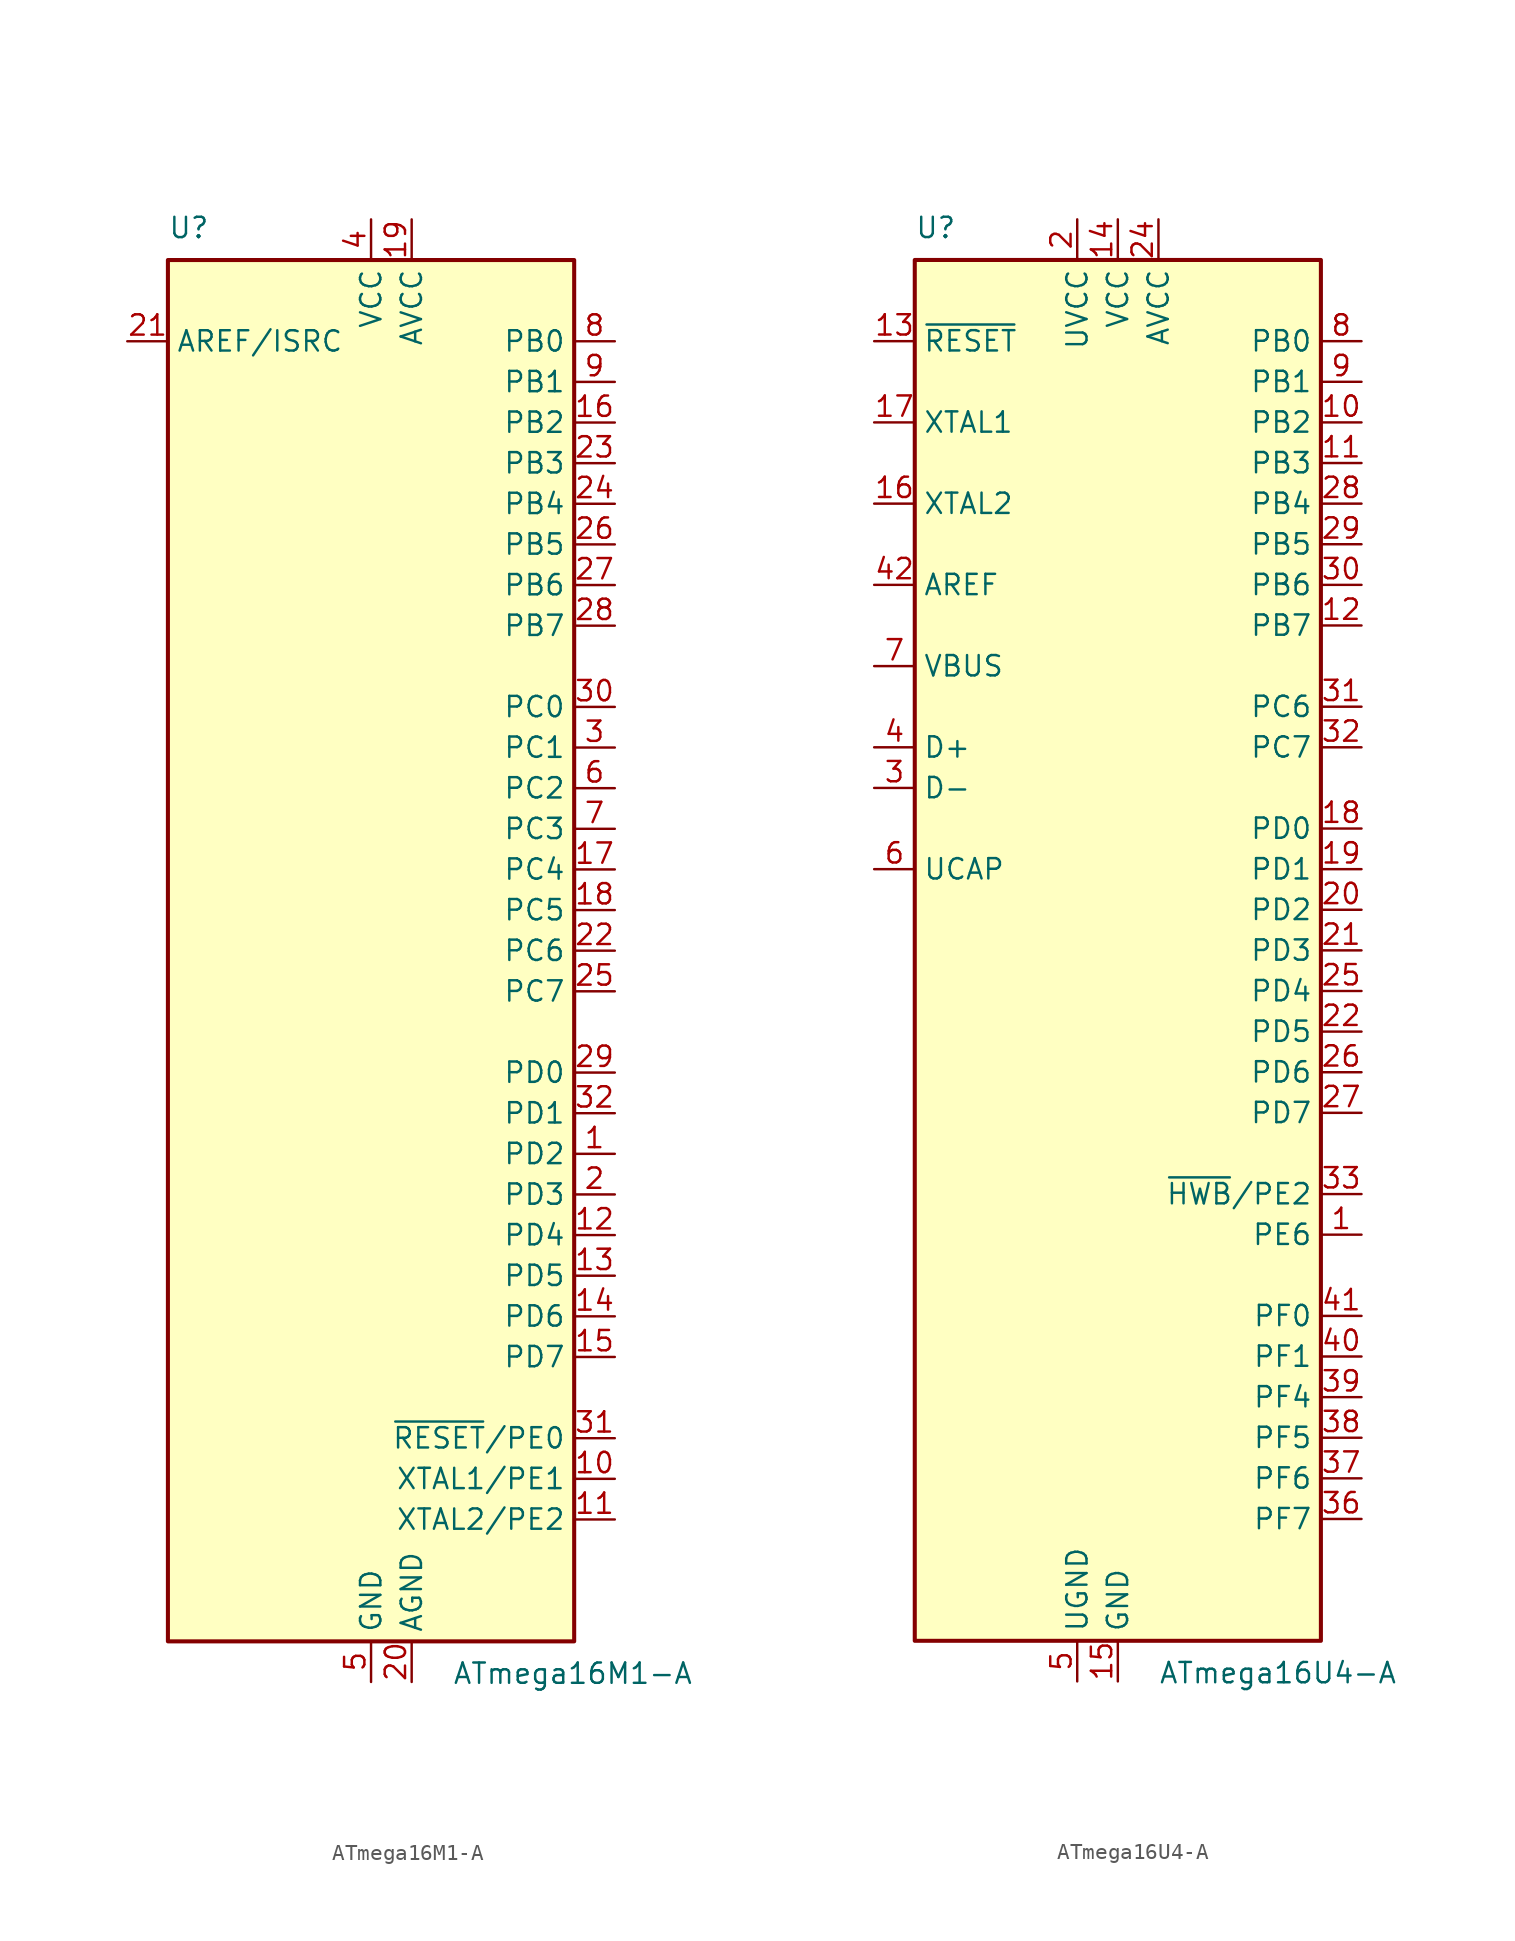
<source format=kicad_sym>
(kicad_symbol_lib
  (version 20201005)
  (generator kicad_symbol_editor)
  (symbol "ATmega16M1-A"
    (property "Reference" "U"
      (at -12.7 44.45 0)
      (effects (font (size 1.27 1.27)) (justify left bottom)))
    (property "Value" "ATmega16M1-A"
      (at 5.08 -44.45 0)
      (effects (font (size 1.27 1.27)) (justify left top)))
    (symbol "ATmega16M1-A_0_1"
      (rectangle (start -12.7 -43.18) (end 12.7 43.18) (stroke (width 0.254)) (fill (type background))))
    (symbol "ATmega16M1-A_1_1"
      (pin bidirectional line (at 15.24 -12.7 180) (length 2.54) (name "PD2" (effects (font (size 1.27 1.27)))) (number "1" (effects (font (size 1.27 1.27)))))
      (pin bidirectional line (at 15.24 -33.02 180) (length 2.54) (name "XTAL1/PE1" (effects (font (size 1.27 1.27)))) (number "10" (effects (font (size 1.27 1.27)))))
      (pin bidirectional line (at 15.24 -35.56 180) (length 2.54) (name "XTAL2/PE2" (effects (font (size 1.27 1.27)))) (number "11" (effects (font (size 1.27 1.27)))))
      (pin bidirectional line (at 15.24 -17.78 180) (length 2.54) (name "PD4" (effects (font (size 1.27 1.27)))) (number "12" (effects (font (size 1.27 1.27)))))
      (pin bidirectional line (at 15.24 -20.32 180) (length 2.54) (name "PD5" (effects (font (size 1.27 1.27)))) (number "13" (effects (font (size 1.27 1.27)))))
      (pin bidirectional line (at 15.24 -22.86 180) (length 2.54) (name "PD6" (effects (font (size 1.27 1.27)))) (number "14" (effects (font (size 1.27 1.27)))))
      (pin bidirectional line (at 15.24 -25.4 180) (length 2.54) (name "PD7" (effects (font (size 1.27 1.27)))) (number "15" (effects (font (size 1.27 1.27)))))
      (pin bidirectional line (at 15.24 33.02 180) (length 2.54) (name "PB2" (effects (font (size 1.27 1.27)))) (number "16" (effects (font (size 1.27 1.27)))))
      (pin bidirectional line (at 15.24 5.08 180) (length 2.54) (name "PC4" (effects (font (size 1.27 1.27)))) (number "17" (effects (font (size 1.27 1.27)))))
      (pin bidirectional line (at 15.24 2.54 180) (length 2.54) (name "PC5" (effects (font (size 1.27 1.27)))) (number "18" (effects (font (size 1.27 1.27)))))
      (pin power_in line (at 2.54 45.72 270) (length 2.54) (name "AVCC" (effects (font (size 1.27 1.27)))) (number "19" (effects (font (size 1.27 1.27)))))
      (pin bidirectional line (at 15.24 -15.24 180) (length 2.54) (name "PD3" (effects (font (size 1.27 1.27)))) (number "2" (effects (font (size 1.27 1.27)))))
      (pin power_in line (at 2.54 -45.72 90) (length 2.54) (name "AGND" (effects (font (size 1.27 1.27)))) (number "20" (effects (font (size 1.27 1.27)))))
      (pin passive line (at -15.24 38.1 0) (length 2.54) (name "AREF/ISRC" (effects (font (size 1.27 1.27)))) (number "21" (effects (font (size 1.27 1.27)))))
      (pin bidirectional line (at 15.24 0 180) (length 2.54) (name "PC6" (effects (font (size 1.27 1.27)))) (number "22" (effects (font (size 1.27 1.27)))))
      (pin bidirectional line (at 15.24 30.48 180) (length 2.54) (name "PB3" (effects (font (size 1.27 1.27)))) (number "23" (effects (font (size 1.27 1.27)))))
      (pin bidirectional line (at 15.24 27.94 180) (length 2.54) (name "PB4" (effects (font (size 1.27 1.27)))) (number "24" (effects (font (size 1.27 1.27)))))
      (pin bidirectional line (at 15.24 -2.54 180) (length 2.54) (name "PC7" (effects (font (size 1.27 1.27)))) (number "25" (effects (font (size 1.27 1.27)))))
      (pin bidirectional line (at 15.24 25.4 180) (length 2.54) (name "PB5" (effects (font (size 1.27 1.27)))) (number "26" (effects (font (size 1.27 1.27)))))
      (pin bidirectional line (at 15.24 22.86 180) (length 2.54) (name "PB6" (effects (font (size 1.27 1.27)))) (number "27" (effects (font (size 1.27 1.27)))))
      (pin bidirectional line (at 15.24 20.32 180) (length 2.54) (name "PB7" (effects (font (size 1.27 1.27)))) (number "28" (effects (font (size 1.27 1.27)))))
      (pin bidirectional line (at 15.24 -7.62 180) (length 2.54) (name "PD0" (effects (font (size 1.27 1.27)))) (number "29" (effects (font (size 1.27 1.27)))))
      (pin bidirectional line (at 15.24 12.7 180) (length 2.54) (name "PC1" (effects (font (size 1.27 1.27)))) (number "3" (effects (font (size 1.27 1.27)))))
      (pin bidirectional line (at 15.24 15.24 180) (length 2.54) (name "PC0" (effects (font (size 1.27 1.27)))) (number "30" (effects (font (size 1.27 1.27)))))
      (pin bidirectional line (at 15.24 -30.48 180) (length 2.54) (name "~RESET~/PE0" (effects (font (size 1.27 1.27)))) (number "31" (effects (font (size 1.27 1.27)))))
      (pin bidirectional line (at 15.24 -10.16 180) (length 2.54) (name "PD1" (effects (font (size 1.27 1.27)))) (number "32" (effects (font (size 1.27 1.27)))))
      (pin power_in line (at 0 45.72 270) (length 2.54) (name "VCC" (effects (font (size 1.27 1.27)))) (number "4" (effects (font (size 1.27 1.27)))))
      (pin power_in line (at 0 -45.72 90) (length 2.54) (name "GND" (effects (font (size 1.27 1.27)))) (number "5" (effects (font (size 1.27 1.27)))))
      (pin bidirectional line (at 15.24 10.16 180) (length 2.54) (name "PC2" (effects (font (size 1.27 1.27)))) (number "6" (effects (font (size 1.27 1.27)))))
      (pin bidirectional line (at 15.24 7.62 180) (length 2.54) (name "PC3" (effects (font (size 1.27 1.27)))) (number "7" (effects (font (size 1.27 1.27)))))
      (pin bidirectional line (at 15.24 38.1 180) (length 2.54) (name "PB0" (effects (font (size 1.27 1.27)))) (number "8" (effects (font (size 1.27 1.27)))))
      (pin bidirectional line (at 15.24 35.56 180) (length 2.54) (name "PB1" (effects (font (size 1.27 1.27)))) (number "9" (effects (font (size 1.27 1.27)))))))
  (symbol "ATmega16U4-A"
    (property "Reference" "U"
      (at -12.7 44.45 0)
      (effects (font (size 1.27 1.27)) (justify left bottom)))
    (property "Value" "ATmega16U4-A"
      (at 2.54 -44.45 0)
      (effects (font (size 1.27 1.27)) (justify left top)))
    (symbol "ATmega16U4-A_0_1"
      (rectangle (start -12.7 -43.18) (end 12.7 43.18) (stroke (width 0.254)) (fill (type background))))
    (symbol "ATmega16U4-A_1_1"
      (pin bidirectional line (at 15.24 -17.78 180) (length 2.54) (name "PE6" (effects (font (size 1.27 1.27)))) (number "1" (effects (font (size 1.27 1.27)))))
      (pin bidirectional line (at 15.24 33.02 180) (length 2.54) (name "PB2" (effects (font (size 1.27 1.27)))) (number "10" (effects (font (size 1.27 1.27)))))
      (pin bidirectional line (at 15.24 30.48 180) (length 2.54) (name "PB3" (effects (font (size 1.27 1.27)))) (number "11" (effects (font (size 1.27 1.27)))))
      (pin bidirectional line (at 15.24 20.32 180) (length 2.54) (name "PB7" (effects (font (size 1.27 1.27)))) (number "12" (effects (font (size 1.27 1.27)))))
      (pin input line (at -15.24 38.1 0) (length 2.54) (name "~RESET" (effects (font (size 1.27 1.27)))) (number "13" (effects (font (size 1.27 1.27)))))
      (pin power_in line (at 0 45.72 270) (length 2.54) (name "VCC" (effects (font (size 1.27 1.27)))) (number "14" (effects (font (size 1.27 1.27)))))
      (pin power_in line (at 0 -45.72 90) (length 2.54) (name "GND" (effects (font (size 1.27 1.27)))) (number "15" (effects (font (size 1.27 1.27)))))
      (pin output line (at -15.24 27.94 0) (length 2.54) (name "XTAL2" (effects (font (size 1.27 1.27)))) (number "16" (effects (font (size 1.27 1.27)))))
      (pin input line (at -15.24 33.02 0) (length 2.54) (name "XTAL1" (effects (font (size 1.27 1.27)))) (number "17" (effects (font (size 1.27 1.27)))))
      (pin bidirectional line (at 15.24 7.62 180) (length 2.54) (name "PD0" (effects (font (size 1.27 1.27)))) (number "18" (effects (font (size 1.27 1.27)))))
      (pin bidirectional line (at 15.24 5.08 180) (length 2.54) (name "PD1" (effects (font (size 1.27 1.27)))) (number "19" (effects (font (size 1.27 1.27)))))
      (pin power_in line (at -2.54 45.72 270) (length 2.54) (name "UVCC" (effects (font (size 1.27 1.27)))) (number "2" (effects (font (size 1.27 1.27)))))
      (pin bidirectional line (at 15.24 2.54 180) (length 2.54) (name "PD2" (effects (font (size 1.27 1.27)))) (number "20" (effects (font (size 1.27 1.27)))))
      (pin bidirectional line (at 15.24 0 180) (length 2.54) (name "PD3" (effects (font (size 1.27 1.27)))) (number "21" (effects (font (size 1.27 1.27)))))
      (pin bidirectional line (at 15.24 -5.08 180) (length 2.54) (name "PD5" (effects (font (size 1.27 1.27)))) (number "22" (effects (font (size 1.27 1.27)))))
      (pin passive line (at 0 -45.72 90) (length 2.54) hide (name "GND" (effects (font (size 1.27 1.27)))) (number "23" (effects (font (size 1.27 1.27)))))
      (pin power_in line (at 2.54 45.72 270) (length 2.54) (name "AVCC" (effects (font (size 1.27 1.27)))) (number "24" (effects (font (size 1.27 1.27)))))
      (pin bidirectional line (at 15.24 -2.54 180) (length 2.54) (name "PD4" (effects (font (size 1.27 1.27)))) (number "25" (effects (font (size 1.27 1.27)))))
      (pin bidirectional line (at 15.24 -7.62 180) (length 2.54) (name "PD6" (effects (font (size 1.27 1.27)))) (number "26" (effects (font (size 1.27 1.27)))))
      (pin bidirectional line (at 15.24 -10.16 180) (length 2.54) (name "PD7" (effects (font (size 1.27 1.27)))) (number "27" (effects (font (size 1.27 1.27)))))
      (pin bidirectional line (at 15.24 27.94 180) (length 2.54) (name "PB4" (effects (font (size 1.27 1.27)))) (number "28" (effects (font (size 1.27 1.27)))))
      (pin bidirectional line (at 15.24 25.4 180) (length 2.54) (name "PB5" (effects (font (size 1.27 1.27)))) (number "29" (effects (font (size 1.27 1.27)))))
      (pin bidirectional line (at -15.24 10.16 0) (length 2.54) (name "D-" (effects (font (size 1.27 1.27)))) (number "3" (effects (font (size 1.27 1.27)))))
      (pin bidirectional line (at 15.24 22.86 180) (length 2.54) (name "PB6" (effects (font (size 1.27 1.27)))) (number "30" (effects (font (size 1.27 1.27)))))
      (pin bidirectional line (at 15.24 15.24 180) (length 2.54) (name "PC6" (effects (font (size 1.27 1.27)))) (number "31" (effects (font (size 1.27 1.27)))))
      (pin bidirectional line (at 15.24 12.7 180) (length 2.54) (name "PC7" (effects (font (size 1.27 1.27)))) (number "32" (effects (font (size 1.27 1.27)))))
      (pin bidirectional line (at 15.24 -15.24 180) (length 2.54) (name "~HWB~/PE2" (effects (font (size 1.27 1.27)))) (number "33" (effects (font (size 1.27 1.27)))))
      (pin passive line (at 0 45.72 270) (length 2.54) hide (name "VCC" (effects (font (size 1.27 1.27)))) (number "34" (effects (font (size 1.27 1.27)))))
      (pin passive line (at 0 -45.72 90) (length 2.54) hide (name "GND" (effects (font (size 1.27 1.27)))) (number "35" (effects (font (size 1.27 1.27)))))
      (pin bidirectional line (at 15.24 -35.56 180) (length 2.54) (name "PF7" (effects (font (size 1.27 1.27)))) (number "36" (effects (font (size 1.27 1.27)))))
      (pin bidirectional line (at 15.24 -33.02 180) (length 2.54) (name "PF6" (effects (font (size 1.27 1.27)))) (number "37" (effects (font (size 1.27 1.27)))))
      (pin bidirectional line (at 15.24 -30.48 180) (length 2.54) (name "PF5" (effects (font (size 1.27 1.27)))) (number "38" (effects (font (size 1.27 1.27)))))
      (pin bidirectional line (at 15.24 -27.94 180) (length 2.54) (name "PF4" (effects (font (size 1.27 1.27)))) (number "39" (effects (font (size 1.27 1.27)))))
      (pin bidirectional line (at -15.24 12.7 0) (length 2.54) (name "D+" (effects (font (size 1.27 1.27)))) (number "4" (effects (font (size 1.27 1.27)))))
      (pin bidirectional line (at 15.24 -25.4 180) (length 2.54) (name "PF1" (effects (font (size 1.27 1.27)))) (number "40" (effects (font (size 1.27 1.27)))))
      (pin bidirectional line (at 15.24 -22.86 180) (length 2.54) (name "PF0" (effects (font (size 1.27 1.27)))) (number "41" (effects (font (size 1.27 1.27)))))
      (pin passive line (at -15.24 22.86 0) (length 2.54) (name "AREF" (effects (font (size 1.27 1.27)))) (number "42" (effects (font (size 1.27 1.27)))))
      (pin passive line (at 0 -45.72 90) (length 2.54) hide (name "GND" (effects (font (size 1.27 1.27)))) (number "43" (effects (font (size 1.27 1.27)))))
      (pin passive line (at 2.54 45.72 270) (length 2.54) hide (name "AVCC" (effects (font (size 1.27 1.27)))) (number "44" (effects (font (size 1.27 1.27)))))
      (pin passive line (at -2.54 -45.72 90) (length 2.54) (name "UGND" (effects (font (size 1.27 1.27)))) (number "5" (effects (font (size 1.27 1.27)))))
      (pin passive line (at -15.24 5.08 0) (length 2.54) (name "UCAP" (effects (font (size 1.27 1.27)))) (number "6" (effects (font (size 1.27 1.27)))))
      (pin input line (at -15.24 17.78 0) (length 2.54) (name "VBUS" (effects (font (size 1.27 1.27)))) (number "7" (effects (font (size 1.27 1.27)))))
      (pin bidirectional line (at 15.24 38.1 180) (length 2.54) (name "PB0" (effects (font (size 1.27 1.27)))) (number "8" (effects (font (size 1.27 1.27)))))
      (pin bidirectional line (at 15.24 35.56 180) (length 2.54) (name "PB1" (effects (font (size 1.27 1.27)))) (number "9" (effects (font (size 1.27 1.27))))))))
</source>
